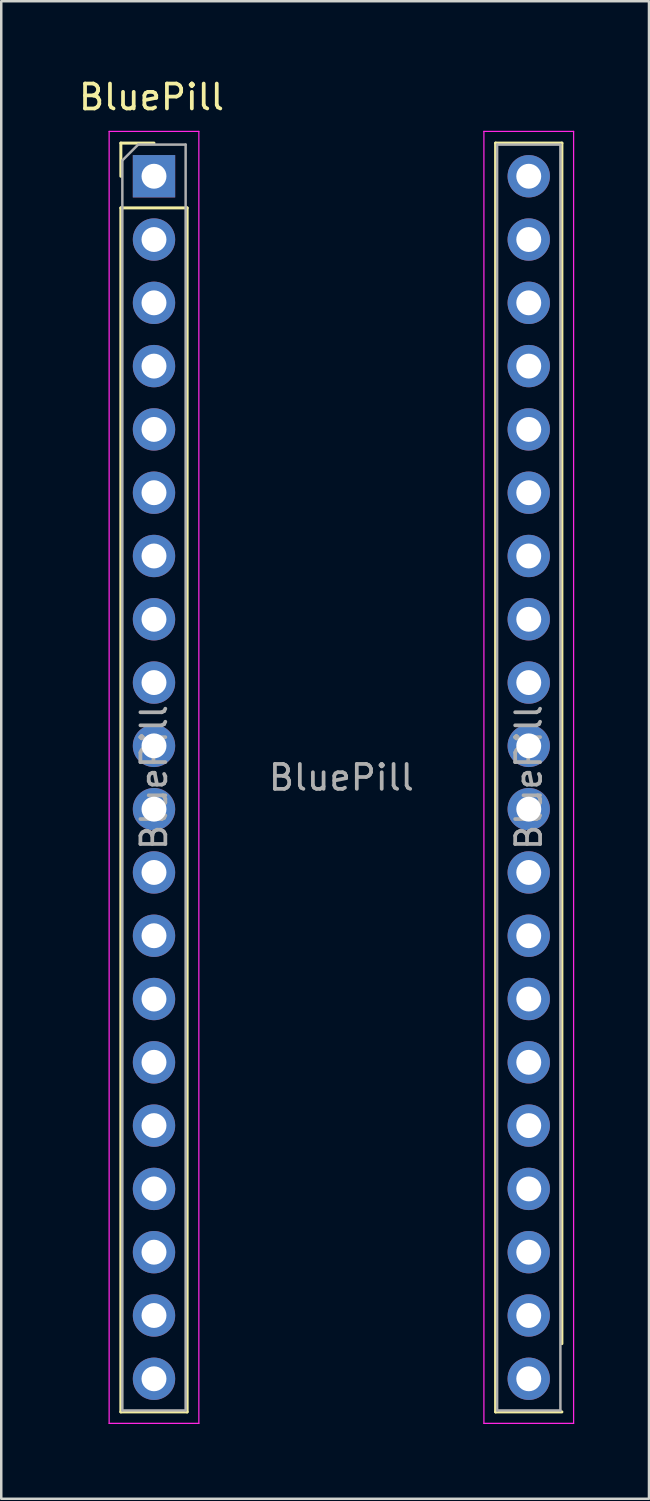
<source format=kicad_pcb>
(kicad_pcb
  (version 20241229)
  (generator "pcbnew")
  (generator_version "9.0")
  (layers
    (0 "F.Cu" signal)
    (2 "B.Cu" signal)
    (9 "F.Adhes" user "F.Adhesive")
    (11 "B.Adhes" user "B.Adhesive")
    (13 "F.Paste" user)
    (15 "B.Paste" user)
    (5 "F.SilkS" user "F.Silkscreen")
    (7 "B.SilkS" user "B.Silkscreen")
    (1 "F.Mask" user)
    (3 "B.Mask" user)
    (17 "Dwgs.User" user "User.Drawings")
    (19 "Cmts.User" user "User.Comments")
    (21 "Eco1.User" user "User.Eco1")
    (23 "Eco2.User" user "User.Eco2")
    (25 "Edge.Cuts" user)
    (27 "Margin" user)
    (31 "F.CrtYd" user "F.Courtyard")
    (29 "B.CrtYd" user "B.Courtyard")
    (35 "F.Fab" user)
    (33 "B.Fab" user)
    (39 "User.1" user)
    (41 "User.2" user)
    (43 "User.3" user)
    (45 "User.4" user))
  (footprint "BluePill"
    (layer "F.Cu")
    (at 10.65 28.153)
    (property "Reference" "BluePill" (at -7.62 -27.305 0) (unlocked yes) (layer "F.SilkS") (effects (font (size 1 1) (thickness 0.15))))
    (attr through_hole)
    (fp_line (start -8.85 -25.46) (end -7.52 -25.46) (stroke (width 0.12) (type solid)) (layer "F.SilkS"))
    (fp_line (start -8.85 -24.13) (end -8.85 -25.46) (stroke (width 0.12) (type solid)) (layer "F.SilkS"))
    (fp_line (start -8.85 -22.86) (end -8.85 25.46) (stroke (width 0.12) (type solid)) (layer "F.SilkS"))
    (fp_line (start -8.85 -22.86) (end -6.19 -22.86) (stroke (width 0.12) (type solid)) (layer "F.SilkS"))
    (fp_line (start -8.85 25.46) (end -6.19 25.46) (stroke (width 0.12) (type solid)) (layer "F.SilkS"))
    (fp_line (start -6.19 -22.86) (end -6.19 25.46) (stroke (width 0.12) (type solid)) (layer "F.SilkS"))
    (fp_line (start 6.19 -25.46) (end 6.19 25.46) (stroke (width 0.12) (type solid)) (layer "F.SilkS"))
    (fp_line (start 6.19 -25.46) (end 8.85 -25.46) (stroke (width 0.12) (type solid)) (layer "F.SilkS"))
    (fp_line (start 6.19 25.46) (end 8.85 25.46) (stroke (width 0.12) (type solid)) (layer "F.SilkS"))
    (fp_line (start 8.85 -25.46) (end 8.85 22.72) (stroke (width 0.12) (type solid)) (layer "F.SilkS"))
    (fp_line (start -9.32 -25.93) (end -9.32 25.92) (stroke (width 0.05) (type solid)) (layer "F.CrtYd"))
    (fp_line (start -9.32 25.92) (end -5.72 25.92) (stroke (width 0.05) (type solid)) (layer "F.CrtYd"))
    (fp_line (start -5.72 -25.93) (end -9.32 -25.93) (stroke (width 0.05) (type solid)) (layer "F.CrtYd"))
    (fp_line (start -5.72 25.92) (end -5.72 -25.93) (stroke (width 0.05) (type solid)) (layer "F.CrtYd"))
    (fp_line (start 5.72 -25.93) (end 5.72 25.92) (stroke (width 0.05) (type solid)) (layer "F.CrtYd"))
    (fp_line (start 5.72 25.92) (end 9.32 25.92) (stroke (width 0.05) (type solid)) (layer "F.CrtYd"))
    (fp_line (start 9.32 -25.93) (end 5.72 -25.93) (stroke (width 0.05) (type solid)) (layer "F.CrtYd"))
    (fp_line (start 9.32 25.92) (end 9.32 -25.93) (stroke (width 0.05) (type solid)) (layer "F.CrtYd"))
    (fp_line (start -8.79 -24.765) (end -8.155 -25.4) (stroke (width 0.1) (type solid)) (layer "F.Fab"))
    (fp_line (start -8.79 25.4) (end -8.79 -24.765) (stroke (width 0.1) (type solid)) (layer "F.Fab"))
    (fp_line (start -8.155 -25.4) (end -6.25 -25.4) (stroke (width 0.1) (type solid)) (layer "F.Fab"))
    (fp_line (start -6.25 -25.4) (end -6.25 25.4) (stroke (width 0.1) (type solid)) (layer "F.Fab"))
    (fp_line (start -6.25 25.4) (end -8.79 25.4) (stroke (width 0.1) (type solid)) (layer "F.Fab"))
    (fp_line (start 6.25 -25.4) (end 8.79 -25.4) (stroke (width 0.1) (type solid)) (layer "F.Fab"))
    (fp_line (start 6.25 25.4) (end 6.25 -25.4) (stroke (width 0.1) (type solid)) (layer "F.Fab"))
    (fp_line (start 8.79 -25.4) (end 8.79 25.4) (stroke (width 0.1) (type solid)) (layer "F.Fab"))
    (fp_line (start 8.79 25.4) (end 6.25 25.4) (stroke (width 0.1) (type solid)) (layer "F.Fab"))
    (fp_text user "${REFERENCE}" (at 7.52 0 90) (layer "F.Fab") (effects (font (size 1 1) (thickness 0.15))))
    (fp_text user "${REFERENCE}" (at 0 0 0) (unlocked yes) (layer "F.Fab") (effects (font (size 1 1) (thickness 0.15))))
    (fp_text user "${REFERENCE}" (at -7.52 0 90) (layer "F.Fab") (effects (font (size 1 1) (thickness 0.15))))
    (pad "1" thru_hole rect (at -7.52 -24.13) (size 1.7 1.7) (drill 1) (layers "*.Cu" "*.Mask"))
    (pad "2" thru_hole oval (at -7.52 -21.59) (size 1.7 1.7) (drill 1) (layers "*.Cu" "*.Mask"))
    (pad "3" thru_hole oval (at -7.52 -19.05) (size 1.7 1.7) (drill 1) (layers "*.Cu" "*.Mask"))
    (pad "4" thru_hole oval (at -7.52 -16.51) (size 1.7 1.7) (drill 1) (layers "*.Cu" "*.Mask"))
    (pad "5" thru_hole oval (at -7.52 -13.97) (size 1.7 1.7) (drill 1) (layers "*.Cu" "*.Mask"))
    (pad "6" thru_hole oval (at -7.52 -11.43) (size 1.7 1.7) (drill 1) (layers "*.Cu" "*.Mask"))
    (pad "7" thru_hole oval (at -7.52 -8.89) (size 1.7 1.7) (drill 1) (layers "*.Cu" "*.Mask"))
    (pad "8" thru_hole oval (at -7.52 -6.35) (size 1.7 1.7) (drill 1) (layers "*.Cu" "*.Mask"))
    (pad "9" thru_hole oval (at -7.52 -3.81) (size 1.7 1.7) (drill 1) (layers "*.Cu" "*.Mask"))
    (pad "10" thru_hole oval (at -7.52 -1.27) (size 1.7 1.7) (drill 1) (layers "*.Cu" "*.Mask"))
    (pad "11" thru_hole oval (at -7.52 1.27) (size 1.7 1.7) (drill 1) (layers "*.Cu" "*.Mask"))
    (pad "12" thru_hole oval (at -7.52 3.81) (size 1.7 1.7) (drill 1) (layers "*.Cu" "*.Mask"))
    (pad "13" thru_hole oval (at -7.52 6.35) (size 1.7 1.7) (drill 1) (layers "*.Cu" "*.Mask"))
    (pad "14" thru_hole oval (at -7.52 8.89) (size 1.7 1.7) (drill 1) (layers "*.Cu" "*.Mask"))
    (pad "15" thru_hole oval (at -7.52 11.43) (size 1.7 1.7) (drill 1) (layers "*.Cu" "*.Mask"))
    (pad "16" thru_hole oval (at -7.52 13.97) (size 1.7 1.7) (drill 1) (layers "*.Cu" "*.Mask"))
    (pad "17" thru_hole oval (at -7.52 16.51) (size 1.7 1.7) (drill 1) (layers "*.Cu" "*.Mask"))
    (pad "18" thru_hole oval (at -7.52 19.05) (size 1.7 1.7) (drill 1) (layers "*.Cu" "*.Mask"))
    (pad "19" thru_hole oval (at -7.52 21.59) (size 1.7 1.7) (drill 1) (layers "*.Cu" "*.Mask"))
    (pad "20" thru_hole oval (at -7.52 24.13) (size 1.7 1.7) (drill 1) (layers "*.Cu" "*.Mask"))
    (pad "21" thru_hole circle (at 7.52 -24.13) (size 1.7 1.7) (drill 1) (layers "*.Cu" "*.Mask"))
    (pad "22" thru_hole oval (at 7.52 -21.59) (size 1.7 1.7) (drill 1) (layers "*.Cu" "*.Mask"))
    (pad "23" thru_hole oval (at 7.52 -19.05) (size 1.7 1.7) (drill 1) (layers "*.Cu" "*.Mask"))
    (pad "24" thru_hole oval (at 7.52 -16.51) (size 1.7 1.7) (drill 1) (layers "*.Cu" "*.Mask"))
    (pad "25" thru_hole oval (at 7.52 -13.97) (size 1.7 1.7) (drill 1) (layers "*.Cu" "*.Mask"))
    (pad "26" thru_hole oval (at 7.52 -11.43) (size 1.7 1.7) (drill 1) (layers "*.Cu" "*.Mask"))
    (pad "27" thru_hole oval (at 7.52 -8.89) (size 1.7 1.7) (drill 1) (layers "*.Cu" "*.Mask"))
    (pad "28" thru_hole oval (at 7.52 -6.35) (size 1.7 1.7) (drill 1) (layers "*.Cu" "*.Mask"))
    (pad "29" thru_hole oval (at 7.52 -3.81) (size 1.7 1.7) (drill 1) (layers "*.Cu" "*.Mask"))
    (pad "30" thru_hole oval (at 7.52 -1.27) (size 1.7 1.7) (drill 1) (layers "*.Cu" "*.Mask"))
    (pad "31" thru_hole oval (at 7.52 1.27) (size 1.7 1.7) (drill 1) (layers "*.Cu" "*.Mask"))
    (pad "32" thru_hole oval (at 7.52 3.81) (size 1.7 1.7) (drill 1) (layers "*.Cu" "*.Mask"))
    (pad "33" thru_hole oval (at 7.52 6.35) (size 1.7 1.7) (drill 1) (layers "*.Cu" "*.Mask"))
    (pad "34" thru_hole oval (at 7.52 8.89) (size 1.7 1.7) (drill 1) (layers "*.Cu" "*.Mask"))
    (pad "35" thru_hole oval (at 7.52 11.43) (size 1.7 1.7) (drill 1) (layers "*.Cu" "*.Mask"))
    (pad "36" thru_hole oval (at 7.52 13.97) (size 1.7 1.7) (drill 1) (layers "*.Cu" "*.Mask"))
    (pad "37" thru_hole oval (at 7.52 16.51) (size 1.7 1.7) (drill 1) (layers "*.Cu" "*.Mask"))
    (pad "38" thru_hole oval (at 7.52 19.05) (size 1.7 1.7) (drill 1) (layers "*.Cu" "*.Mask"))
    (pad "39" thru_hole oval (at 7.52 21.59) (size 1.7 1.7) (drill 1) (layers "*.Cu" "*.Mask"))
    (pad "40" thru_hole oval (at 7.52 24.13) (size 1.7 1.7) (drill 1) (layers "*.Cu" "*.Mask")))
  (gr_rect
    (start -3 -3)
    (end 22.995 57.098)
    (stroke (width 0.1) (type default))
    (fill no)
    (layer "Edge.Cuts")))
</source>
